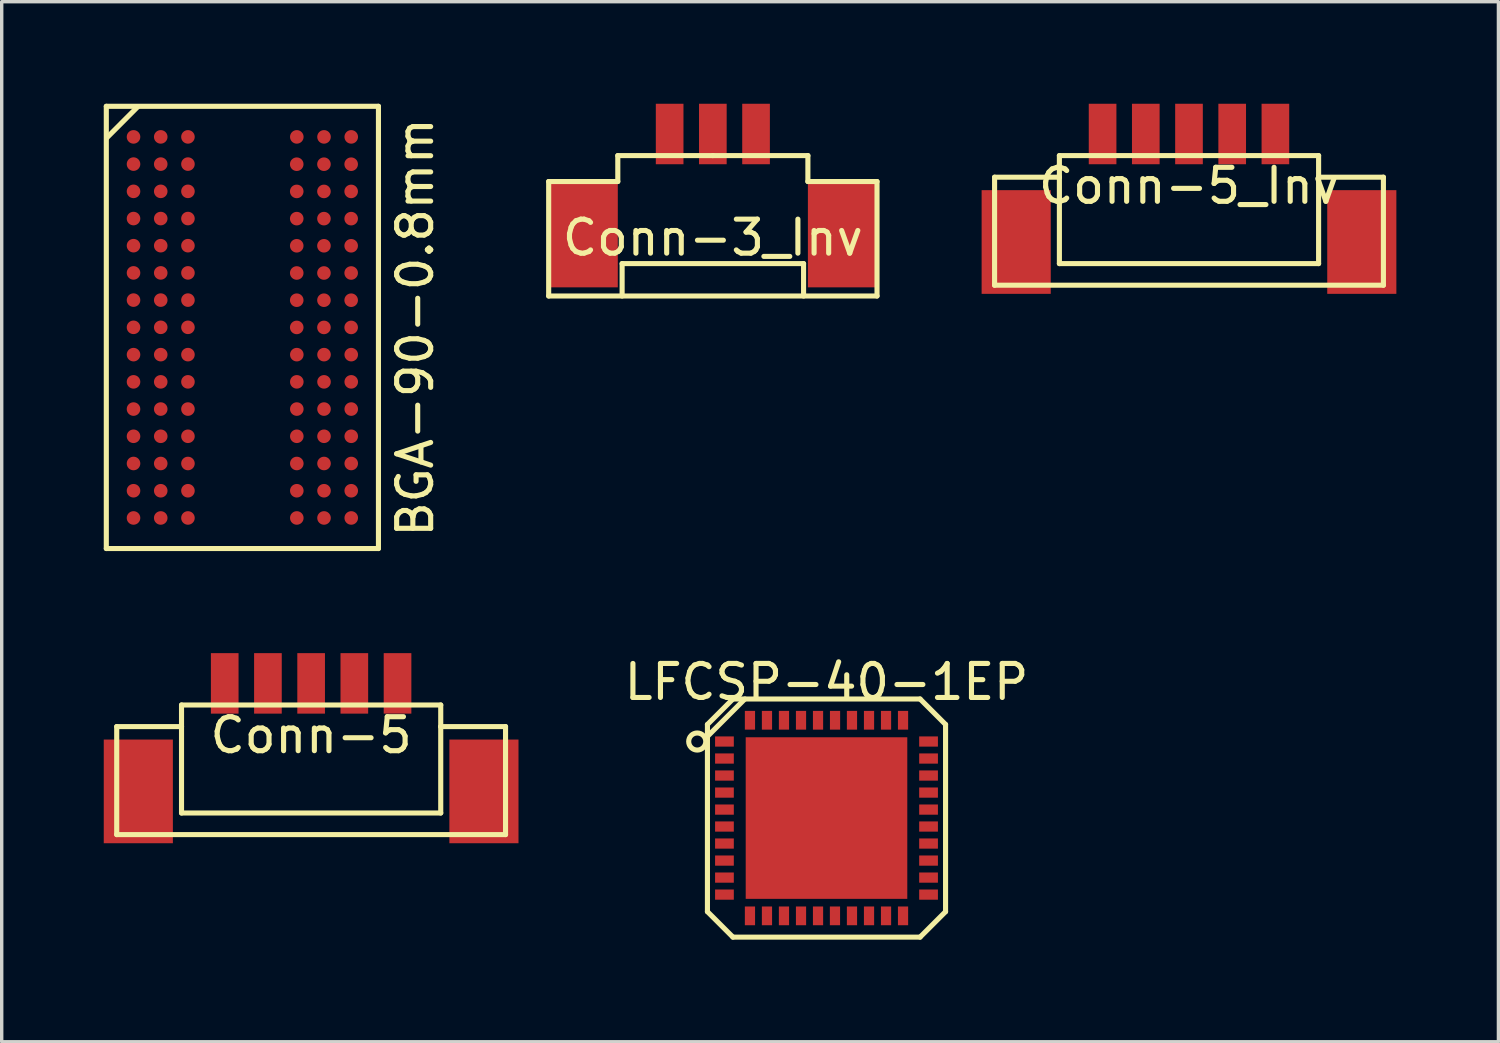
<source format=kicad_pcb>
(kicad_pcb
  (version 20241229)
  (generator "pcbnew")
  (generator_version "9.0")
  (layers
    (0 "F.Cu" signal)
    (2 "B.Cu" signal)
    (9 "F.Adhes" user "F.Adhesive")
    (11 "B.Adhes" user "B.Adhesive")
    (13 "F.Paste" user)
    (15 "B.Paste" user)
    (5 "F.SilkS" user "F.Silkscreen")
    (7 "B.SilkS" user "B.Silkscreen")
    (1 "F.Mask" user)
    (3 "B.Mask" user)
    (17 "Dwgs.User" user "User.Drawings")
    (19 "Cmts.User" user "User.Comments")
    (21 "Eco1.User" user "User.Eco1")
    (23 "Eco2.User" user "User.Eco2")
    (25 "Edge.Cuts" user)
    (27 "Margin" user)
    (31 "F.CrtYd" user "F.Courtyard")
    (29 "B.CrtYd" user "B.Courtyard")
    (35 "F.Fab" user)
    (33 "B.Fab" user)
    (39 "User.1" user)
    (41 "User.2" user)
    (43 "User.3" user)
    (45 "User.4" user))
  (footprint "Conn-5_Inv"
    (layer "F.Cu")
    (at 31.902 0.889)
    (property "Reference" "Conn-5_Inv" (at 0 1.524 0) (layer "F.SilkS") (effects (font (size 1 1) (thickness 0.15))))
    (attr smd)
    (fp_line (start -5.715 1.27) (end -3.81 1.27) (stroke (width 0.15) (type solid)) (layer "F.SilkS"))
    (fp_line (start -5.715 4.445) (end -5.715 1.27) (stroke (width 0.15) (type solid)) (layer "F.SilkS"))
    (fp_line (start -3.81 0.635) (end 3.81 0.635) (stroke (width 0.15) (type solid)) (layer "F.SilkS"))
    (fp_line (start -3.81 1.27) (end -3.81 0.635) (stroke (width 0.15) (type solid)) (layer "F.SilkS"))
    (fp_line (start -3.81 3.81) (end -3.81 1.27) (stroke (width 0.15) (type solid)) (layer "F.SilkS"))
    (fp_line (start 3.81 0.635) (end 3.81 1.27) (stroke (width 0.15) (type solid)) (layer "F.SilkS"))
    (fp_line (start 3.81 1.27) (end 3.81 3.81) (stroke (width 0.15) (type solid)) (layer "F.SilkS"))
    (fp_line (start 3.81 1.27) (end 5.715 1.27) (stroke (width 0.15) (type solid)) (layer "F.SilkS"))
    (fp_line (start 3.81 3.81) (end -3.81 3.81) (stroke (width 0.15) (type solid)) (layer "F.SilkS"))
    (fp_line (start 5.715 4.445) (end -5.715 4.445) (stroke (width 0.15) (type solid)) (layer "F.SilkS"))
    (fp_line (start 5.715 4.445) (end 5.715 1.27) (stroke (width 0.15) (type solid)) (layer "F.SilkS"))
    (pad "" smd rect (at -5.08 3.175) (size 2.032 3.048) (layers "F.Cu" "F.Mask" "F.Paste"))
    (pad "" smd rect (at 5.08 3.175) (size 2.032 3.048) (layers "F.Cu" "F.Mask" "F.Paste"))
    (pad "1" smd rect (at -2.54 0) (size 0.813 1.778) (layers "F.Cu" "F.Mask" "F.Paste"))
    (pad "2" smd rect (at -1.27 0) (size 0.813 1.778) (layers "F.Cu" "F.Mask" "F.Paste"))
    (pad "3" smd rect (at 0 0) (size 0.813 1.778) (layers "F.Cu" "F.Mask" "F.Paste"))
    (pad "4" smd rect (at 1.27 0) (size 0.813 1.778) (layers "F.Cu" "F.Mask" "F.Paste"))
    (pad "5" smd rect (at 2.54 0) (size 0.813 1.778) (layers "F.Cu" "F.Mask" "F.Paste")))
  (footprint "Conn-3_Inv"
    (layer "F.Cu")
    (at 17.905 4.318)
    (property "Reference" "Conn-3_Inv" (at 0 -0.381 0) (layer "F.SilkS") (effects (font (size 1 1) (thickness 0.15))))
    (attr smd)
    (fp_line (start -4.826 -2.032) (end -2.794 -2.032) (stroke (width 0.15) (type solid)) (layer "F.SilkS"))
    (fp_line (start -4.826 1.333) (end -4.826 -2.032) (stroke (width 0.15) (type solid)) (layer "F.SilkS"))
    (fp_line (start -2.794 -2.794) (end 0 -2.794) (stroke (width 0.15) (type solid)) (layer "F.SilkS"))
    (fp_line (start -2.794 -2.032) (end -2.794 -2.794) (stroke (width 0.15) (type solid)) (layer "F.SilkS"))
    (fp_line (start -2.667 0.381) (end -2.667 1.333) (stroke (width 0.15) (type solid)) (layer "F.SilkS"))
    (fp_line (start 0 -2.794) (end 2.794 -2.794) (stroke (width 0.15) (type solid)) (layer "F.SilkS"))
    (fp_line (start 2.667 0.381) (end -2.667 0.381) (stroke (width 0.15) (type solid)) (layer "F.SilkS"))
    (fp_line (start 2.667 1.333) (end 2.667 0.381) (stroke (width 0.15) (type solid)) (layer "F.SilkS"))
    (fp_line (start 2.794 -2.794) (end 2.794 -2.032) (stroke (width 0.15) (type solid)) (layer "F.SilkS"))
    (fp_line (start 2.794 -2.032) (end 4.826 -2.032) (stroke (width 0.15) (type solid)) (layer "F.SilkS"))
    (fp_line (start 4.826 -2.032) (end 4.826 1.333) (stroke (width 0.15) (type solid)) (layer "F.SilkS"))
    (fp_line (start 4.826 1.333) (end -4.826 1.333) (stroke (width 0.15) (type solid)) (layer "F.SilkS"))
    (pad "" smd rect (at -3.81 -0.445) (size 2.032 3.048) (layers "F.Cu" "F.Mask" "F.Paste"))
    (pad "" smd rect (at 3.81 -0.445) (size 2.032 3.048) (layers "F.Cu" "F.Mask" "F.Paste"))
    (pad "1" smd rect (at 1.27 -3.429) (size 0.813 1.778) (layers "F.Cu" "F.Mask" "F.Paste"))
    (pad "2" smd rect (at 0 -3.429) (size 0.813 1.778) (layers "F.Cu" "F.Mask" "F.Paste"))
    (pad "3" smd rect (at -1.27 -3.429) (size 0.813 1.778) (layers "F.Cu" "F.Mask" "F.Paste")))
  (footprint "LFCSP-40-1EP"
    (layer "F.Cu")
    (at 21.246 20.998)
    (property "Reference" "LFCSP-40-1EP" (at 0 -4 0) (layer "F.SilkS") (effects (font (size 1 1) (thickness 0.15))))
    (attr smd)
    (fp_line (start -3.5 -2.751) (end -2.751 -3.5) (stroke (width 0.15) (type solid)) (layer "F.SilkS"))
    (fp_line (start -3.5 -2.4) (end -2.4 -3.5) (stroke (width 0.15) (type solid)) (layer "F.SilkS"))
    (fp_line (start -3.5 2.751) (end -3.5 -2.751) (stroke (width 0.15) (type solid)) (layer "F.SilkS"))
    (fp_line (start -2.751 -3.5) (end 2.751 -3.5) (stroke (width 0.15) (type solid)) (layer "F.SilkS"))
    (fp_line (start -2.751 3.5) (end -3.5 2.751) (stroke (width 0.15) (type solid)) (layer "F.SilkS"))
    (fp_line (start 2.751 -3.5) (end 3.5 -2.751) (stroke (width 0.15) (type solid)) (layer "F.SilkS"))
    (fp_line (start 2.751 3.5) (end -2.751 3.5) (stroke (width 0.15) (type solid)) (layer "F.SilkS"))
    (fp_line (start 2.751 3.5) (end 3.5 2.751) (stroke (width 0.15) (type solid)) (layer "F.SilkS"))
    (fp_line (start 3.5 -2.751) (end 3.5 2.751) (stroke (width 0.15) (type solid)) (layer "F.SilkS"))
    (fp_circle (center -3.8 -2.25) (end -4.051 -2.25) (stroke (width 0.15) (type solid)) (fill no) (layer "F.SilkS"))
    (pad "1" smd rect (at -3 -2.25 270) (size 0.3 0.551) (layers "F.Cu" "F.Mask" "F.Paste"))
    (pad "2" smd rect (at -3 -1.75 270) (size 0.3 0.551) (layers "F.Cu" "F.Mask" "F.Paste"))
    (pad "3" smd rect (at -3 -1.25 270) (size 0.3 0.551) (layers "F.Cu" "F.Mask" "F.Paste"))
    (pad "4" smd rect (at -3 -0.749 270) (size 0.3 0.551) (layers "F.Cu" "F.Mask" "F.Paste"))
    (pad "5" smd rect (at -3 -0.249 270) (size 0.3 0.551) (layers "F.Cu" "F.Mask" "F.Paste"))
    (pad "6" smd rect (at -3 0.249 270) (size 0.3 0.551) (layers "F.Cu" "F.Mask" "F.Paste"))
    (pad "7" smd rect (at -3 0.749 270) (size 0.3 0.551) (layers "F.Cu" "F.Mask" "F.Paste"))
    (pad "8" smd rect (at -3 1.25 270) (size 0.3 0.551) (layers "F.Cu" "F.Mask" "F.Paste"))
    (pad "9" smd rect (at -3 1.75 270) (size 0.3 0.551) (layers "F.Cu" "F.Mask" "F.Paste"))
    (pad "10" smd rect (at -3 2.25 270) (size 0.3 0.551) (layers "F.Cu" "F.Mask" "F.Paste"))
    (pad "11" smd rect (at -2.25 2.875) (size 0.3 0.551) (layers "F.Cu" "F.Mask" "F.Paste"))
    (pad "12" smd rect (at -1.75 2.875) (size 0.3 0.551) (layers "F.Cu" "F.Mask" "F.Paste"))
    (pad "13" smd rect (at -1.25 2.875) (size 0.3 0.551) (layers "F.Cu" "F.Mask" "F.Paste"))
    (pad "14" smd rect (at -0.749 2.875) (size 0.3 0.551) (layers "F.Cu" "F.Mask" "F.Paste"))
    (pad "15" smd rect (at -0.249 2.875) (size 0.3 0.551) (layers "F.Cu" "F.Mask" "F.Paste"))
    (pad "16" smd rect (at 0.249 2.875) (size 0.3 0.551) (layers "F.Cu" "F.Mask" "F.Paste"))
    (pad "17" smd rect (at 0.749 2.875) (size 0.3 0.551) (layers "F.Cu" "F.Mask" "F.Paste"))
    (pad "18" smd rect (at 1.25 2.875) (size 0.3 0.551) (layers "F.Cu" "F.Mask" "F.Paste"))
    (pad "19" smd rect (at 1.75 2.875) (size 0.3 0.551) (layers "F.Cu" "F.Mask" "F.Paste"))
    (pad "20" smd rect (at 2.25 2.875) (size 0.3 0.551) (layers "F.Cu" "F.Mask" "F.Paste"))
    (pad "21" smd rect (at 3 2.25 270) (size 0.3 0.551) (layers "F.Cu" "F.Mask" "F.Paste"))
    (pad "22" smd rect (at 3 1.75 270) (size 0.3 0.551) (layers "F.Cu" "F.Mask" "F.Paste"))
    (pad "23" smd rect (at 3 1.25 270) (size 0.3 0.551) (layers "F.Cu" "F.Mask" "F.Paste"))
    (pad "24" smd rect (at 3 0.749 270) (size 0.3 0.551) (layers "F.Cu" "F.Mask" "F.Paste"))
    (pad "25" smd rect (at 3 0.249 270) (size 0.3 0.551) (layers "F.Cu" "F.Mask" "F.Paste"))
    (pad "26" smd rect (at 3 -0.249 270) (size 0.3 0.551) (layers "F.Cu" "F.Mask" "F.Paste"))
    (pad "27" smd rect (at 3 -0.749 270) (size 0.3 0.551) (layers "F.Cu" "F.Mask" "F.Paste"))
    (pad "28" smd rect (at 3 -1.25 270) (size 0.3 0.551) (layers "F.Cu" "F.Mask" "F.Paste"))
    (pad "29" smd rect (at 3 -1.75 270) (size 0.3 0.551) (layers "F.Cu" "F.Mask" "F.Paste"))
    (pad "30" smd rect (at 3 -2.25 270) (size 0.3 0.551) (layers "F.Cu" "F.Mask" "F.Paste"))
    (pad "31" smd rect (at 2.25 -2.875) (size 0.3 0.551) (layers "F.Cu" "F.Mask" "F.Paste"))
    (pad "32" smd rect (at 1.75 -2.875) (size 0.3 0.551) (layers "F.Cu" "F.Mask" "F.Paste"))
    (pad "33" smd rect (at 1.25 -2.875) (size 0.3 0.551) (layers "F.Cu" "F.Mask" "F.Paste"))
    (pad "34" smd rect (at 0.749 -2.875) (size 0.3 0.551) (layers "F.Cu" "F.Mask" "F.Paste"))
    (pad "35" smd rect (at 0.251 -2.875) (size 0.3 0.551) (layers "F.Cu" "F.Mask" "F.Paste"))
    (pad "36" smd rect (at -0.249 -2.875) (size 0.3 0.551) (layers "F.Cu" "F.Mask" "F.Paste"))
    (pad "37" smd rect (at -0.749 -2.875) (size 0.3 0.551) (layers "F.Cu" "F.Mask" "F.Paste"))
    (pad "38" smd rect (at -1.25 -2.875) (size 0.3 0.551) (layers "F.Cu" "F.Mask" "F.Paste"))
    (pad "39" smd rect (at -1.75 -2.875) (size 0.3 0.551) (layers "F.Cu" "F.Mask" "F.Paste"))
    (pad "40" smd rect (at -2.25 -2.875) (size 0.3 0.551) (layers "F.Cu" "F.Mask" "F.Paste"))
    (pad "41" smd rect (at 0 0) (size 4.75 4.75) (layers "F.Cu" "F.Mask" "F.Paste")))
  (footprint "Conn-5"
    (layer "F.Cu")
    (at 6.096 17.039)
    (property "Reference" "Conn-5" (at 0 1.524 0) (layer "F.SilkS") (effects (font (size 1 1) (thickness 0.15))))
    (attr smd)
    (fp_line (start -5.715 1.27) (end -3.81 1.27) (stroke (width 0.15) (type solid)) (layer "F.SilkS"))
    (fp_line (start -5.715 4.445) (end -5.715 1.27) (stroke (width 0.15) (type solid)) (layer "F.SilkS"))
    (fp_line (start -3.81 0.635) (end 3.81 0.635) (stroke (width 0.15) (type solid)) (layer "F.SilkS"))
    (fp_line (start -3.81 1.27) (end -3.81 0.635) (stroke (width 0.15) (type solid)) (layer "F.SilkS"))
    (fp_line (start -3.81 3.81) (end -3.81 1.27) (stroke (width 0.15) (type solid)) (layer "F.SilkS"))
    (fp_line (start 3.81 0.635) (end 3.81 1.27) (stroke (width 0.15) (type solid)) (layer "F.SilkS"))
    (fp_line (start 3.81 1.27) (end 3.81 3.81) (stroke (width 0.15) (type solid)) (layer "F.SilkS"))
    (fp_line (start 3.81 1.27) (end 5.715 1.27) (stroke (width 0.15) (type solid)) (layer "F.SilkS"))
    (fp_line (start 3.81 3.81) (end -3.81 3.81) (stroke (width 0.15) (type solid)) (layer "F.SilkS"))
    (fp_line (start 5.715 4.445) (end -5.715 4.445) (stroke (width 0.15) (type solid)) (layer "F.SilkS"))
    (fp_line (start 5.715 4.445) (end 5.715 1.27) (stroke (width 0.15) (type solid)) (layer "F.SilkS"))
    (pad "" smd rect (at -5.08 3.175) (size 2.032 3.048) (layers "F.Cu" "F.Mask" "F.Paste"))
    (pad "" smd rect (at 5.08 3.175) (size 2.032 3.048) (layers "F.Cu" "F.Mask" "F.Paste"))
    (pad "1" smd rect (at -2.54 0) (size 0.813 1.778) (layers "F.Cu" "F.Mask" "F.Paste"))
    (pad "2" smd rect (at -1.27 0) (size 0.813 1.778) (layers "F.Cu" "F.Mask" "F.Paste"))
    (pad "3" smd rect (at 0 0) (size 0.813 1.778) (layers "F.Cu" "F.Mask" "F.Paste"))
    (pad "4" smd rect (at 1.27 0) (size 0.813 1.778) (layers "F.Cu" "F.Mask" "F.Paste"))
    (pad "5" smd rect (at 2.54 0) (size 0.813 1.778) (layers "F.Cu" "F.Mask" "F.Paste")))
  (footprint "BGA-90-0.8mm"
    (layer "F.Cu")
    (at 4.075 6.575)
    (property "Reference" "BGA-90-0.8mm" (at 5.08 0 90) (layer "F.SilkS") (effects (font (size 1 1) (thickness 0.15))))
    (attr smd)
    (fp_line (start -4 -6.5) (end 4 -6.5) (stroke (width 0.15) (type solid)) (layer "F.SilkS"))
    (fp_line (start -4 6.5) (end -4 -6.5) (stroke (width 0.15) (type solid)) (layer "F.SilkS"))
    (fp_line (start -3.081 -6.482) (end -3.98 -5.58) (stroke (width 0.15) (type solid)) (layer "F.SilkS"))
    (fp_line (start 4 -6.5) (end 4 6.5) (stroke (width 0.15) (type solid)) (layer "F.SilkS"))
    (fp_line (start 4 6.5) (end -4 6.5) (stroke (width 0.15) (type solid)) (layer "F.SilkS"))
    (pad "A1" smd circle (at -3.2 -5.601) (size 0.399 0.399) (layers "F.Cu" "F.Mask" "F.Paste"))
    (pad "A2" smd circle (at -2.4 -5.601) (size 0.399 0.399) (layers "F.Cu" "F.Mask" "F.Paste"))
    (pad "A3" smd circle (at -1.6 -5.601) (size 0.399 0.399) (layers "F.Cu" "F.Mask" "F.Paste"))
    (pad "A7" smd circle (at 1.6 -5.601) (size 0.399 0.399) (layers "F.Cu" "F.Mask" "F.Paste"))
    (pad "A8" smd circle (at 2.4 -5.601) (size 0.399 0.399) (layers "F.Cu" "F.Mask" "F.Paste"))
    (pad "A9" smd circle (at 3.2 -5.601) (size 0.399 0.399) (layers "F.Cu" "F.Mask" "F.Paste"))
    (pad "B1" smd circle (at -3.2 -4.801) (size 0.399 0.399) (layers "F.Cu" "F.Mask" "F.Paste"))
    (pad "B2" smd circle (at -2.4 -4.801) (size 0.399 0.399) (layers "F.Cu" "F.Mask" "F.Paste"))
    (pad "B3" smd circle (at -1.6 -4.801) (size 0.399 0.399) (layers "F.Cu" "F.Mask" "F.Paste"))
    (pad "B7" smd circle (at 1.598 -4.798) (size 0.399 0.399) (layers "F.Cu" "F.Mask" "F.Paste"))
    (pad "B8" smd circle (at 2.398 -4.798) (size 0.399 0.399) (layers "F.Cu" "F.Mask" "F.Paste"))
    (pad "B9" smd circle (at 3.198 -4.798) (size 0.399 0.399) (layers "F.Cu" "F.Mask" "F.Paste"))
    (pad "C1" smd circle (at -3.2 -4) (size 0.399 0.399) (layers "F.Cu" "F.Mask" "F.Paste"))
    (pad "C2" smd circle (at -2.4 -4) (size 0.399 0.399) (layers "F.Cu" "F.Mask" "F.Paste"))
    (pad "C3" smd circle (at -1.6 -4) (size 0.399 0.399) (layers "F.Cu" "F.Mask" "F.Paste"))
    (pad "C7" smd circle (at 1.598 -3.998) (size 0.399 0.399) (layers "F.Cu" "F.Mask" "F.Paste"))
    (pad "C8" smd circle (at 2.398 -3.998) (size 0.399 0.399) (layers "F.Cu" "F.Mask" "F.Paste"))
    (pad "C9" smd circle (at 3.198 -3.998) (size 0.399 0.399) (layers "F.Cu" "F.Mask" "F.Paste"))
    (pad "D1" smd circle (at -3.2 -3.2) (size 0.399 0.399) (layers "F.Cu" "F.Mask" "F.Paste"))
    (pad "D2" smd circle (at -2.4 -3.2) (size 0.399 0.399) (layers "F.Cu" "F.Mask" "F.Paste"))
    (pad "D3" smd circle (at -1.6 -3.2) (size 0.399 0.399) (layers "F.Cu" "F.Mask" "F.Paste"))
    (pad "D7" smd circle (at 1.598 -3.198) (size 0.399 0.399) (layers "F.Cu" "F.Mask" "F.Paste"))
    (pad "D8" smd circle (at 2.398 -3.198) (size 0.399 0.399) (layers "F.Cu" "F.Mask" "F.Paste"))
    (pad "D9" smd circle (at 3.198 -3.198) (size 0.399 0.399) (layers "F.Cu" "F.Mask" "F.Paste"))
    (pad "E1" smd circle (at -3.2 -2.403) (size 0.399 0.399) (layers "F.Cu" "F.Mask" "F.Paste"))
    (pad "E2" smd circle (at -2.4 -2.403) (size 0.399 0.399) (layers "F.Cu" "F.Mask" "F.Paste"))
    (pad "E3" smd circle (at -1.6 -2.403) (size 0.399 0.399) (layers "F.Cu" "F.Mask" "F.Paste"))
    (pad "E7" smd circle (at 1.598 -2.4) (size 0.399 0.399) (layers "F.Cu" "F.Mask" "F.Paste"))
    (pad "E8" smd circle (at 2.398 -2.4) (size 0.399 0.399) (layers "F.Cu" "F.Mask" "F.Paste"))
    (pad "E9" smd circle (at 3.198 -2.4) (size 0.399 0.399) (layers "F.Cu" "F.Mask" "F.Paste"))
    (pad "F1" smd circle (at -3.2 -1.603) (size 0.399 0.399) (layers "F.Cu" "F.Mask" "F.Paste"))
    (pad "F2" smd circle (at -2.4 -1.603) (size 0.399 0.399) (layers "F.Cu" "F.Mask" "F.Paste"))
    (pad "F3" smd circle (at -1.6 -1.603) (size 0.399 0.399) (layers "F.Cu" "F.Mask" "F.Paste"))
    (pad "F7" smd circle (at 1.598 -1.6) (size 0.399 0.399) (layers "F.Cu" "F.Mask" "F.Paste"))
    (pad "F8" smd circle (at 2.398 -1.6) (size 0.399 0.399) (layers "F.Cu" "F.Mask" "F.Paste"))
    (pad "F9" smd circle (at 3.198 -1.6) (size 0.399 0.399) (layers "F.Cu" "F.Mask" "F.Paste"))
    (pad "G1" smd circle (at -3.2 -0.803) (size 0.399 0.399) (layers "F.Cu" "F.Mask" "F.Paste"))
    (pad "G2" smd circle (at -2.4 -0.803) (size 0.399 0.399) (layers "F.Cu" "F.Mask" "F.Paste"))
    (pad "G3" smd circle (at -1.6 -0.803) (size 0.399 0.399) (layers "F.Cu" "F.Mask" "F.Paste"))
    (pad "G7" smd circle (at 1.598 -0.8) (size 0.399 0.399) (layers "F.Cu" "F.Mask" "F.Paste"))
    (pad "G8" smd circle (at 2.398 -0.8) (size 0.399 0.399) (layers "F.Cu" "F.Mask" "F.Paste"))
    (pad "G9" smd circle (at 3.198 -0.8) (size 0.399 0.399) (layers "F.Cu" "F.Mask" "F.Paste"))
    (pad "H1" smd circle (at -3.2 -0.003) (size 0.399 0.399) (layers "F.Cu" "F.Mask" "F.Paste"))
    (pad "H2" smd circle (at -2.4 -0.003) (size 0.399 0.399) (layers "F.Cu" "F.Mask" "F.Paste"))
    (pad "H3" smd circle (at -1.6 -0.003) (size 0.399 0.399) (layers "F.Cu" "F.Mask" "F.Paste"))
    (pad "H7" smd circle (at 1.598 0) (size 0.399 0.399) (layers "F.Cu" "F.Mask" "F.Paste"))
    (pad "H8" smd circle (at 2.398 0) (size 0.399 0.399) (layers "F.Cu" "F.Mask" "F.Paste"))
    (pad "H9" smd circle (at 3.198 0) (size 0.399 0.399) (layers "F.Cu" "F.Mask" "F.Paste"))
    (pad "J1" smd circle (at -3.2 0.8) (size 0.399 0.399) (layers "F.Cu" "F.Mask" "F.Paste"))
    (pad "J2" smd circle (at -2.4 0.8) (size 0.399 0.399) (layers "F.Cu" "F.Mask" "F.Paste"))
    (pad "J3" smd circle (at -1.6 0.8) (size 0.399 0.399) (layers "F.Cu" "F.Mask" "F.Paste"))
    (pad "J7" smd circle (at 1.6 0.8) (size 0.399 0.399) (layers "F.Cu" "F.Mask" "F.Paste"))
    (pad "J8" smd circle (at 2.4 0.8) (size 0.399 0.399) (layers "F.Cu" "F.Mask" "F.Paste"))
    (pad "J9" smd circle (at 3.2 0.8) (size 0.399 0.399) (layers "F.Cu" "F.Mask" "F.Paste"))
    (pad "K1" smd circle (at -3.2 1.6) (size 0.399 0.399) (layers "F.Cu" "F.Mask" "F.Paste"))
    (pad "K2" smd circle (at -2.4 1.6) (size 0.399 0.399) (layers "F.Cu" "F.Mask" "F.Paste"))
    (pad "K3" smd circle (at -1.6 1.6) (size 0.399 0.399) (layers "F.Cu" "F.Mask" "F.Paste"))
    (pad "K7" smd circle (at 1.6 1.6) (size 0.399 0.399) (layers "F.Cu" "F.Mask" "F.Paste"))
    (pad "K8" smd circle (at 2.4 1.6) (size 0.399 0.399) (layers "F.Cu" "F.Mask" "F.Paste"))
    (pad "K9" smd circle (at 3.2 1.6) (size 0.399 0.399) (layers "F.Cu" "F.Mask" "F.Paste"))
    (pad "L1" smd circle (at -3.2 2.4) (size 0.399 0.399) (layers "F.Cu" "F.Mask" "F.Paste"))
    (pad "L2" smd circle (at -2.4 2.4) (size 0.399 0.399) (layers "F.Cu" "F.Mask" "F.Paste"))
    (pad "L3" smd circle (at -1.6 2.4) (size 0.399 0.399) (layers "F.Cu" "F.Mask" "F.Paste"))
    (pad "L7" smd circle (at 1.6 2.4) (size 0.399 0.399) (layers "F.Cu" "F.Mask" "F.Paste"))
    (pad "L8" smd circle (at 2.4 2.4) (size 0.399 0.399) (layers "F.Cu" "F.Mask" "F.Paste"))
    (pad "L9" smd circle (at 3.2 2.4) (size 0.399 0.399) (layers "F.Cu" "F.Mask" "F.Paste"))
    (pad "M1" smd circle (at -3.2 3.2) (size 0.399 0.399) (layers "F.Cu" "F.Mask" "F.Paste"))
    (pad "M2" smd circle (at -2.4 3.2) (size 0.399 0.399) (layers "F.Cu" "F.Mask" "F.Paste"))
    (pad "M3" smd circle (at -1.6 3.2) (size 0.399 0.399) (layers "F.Cu" "F.Mask" "F.Paste"))
    (pad "M7" smd circle (at 1.6 3.2) (size 0.399 0.399) (layers "F.Cu" "F.Mask" "F.Paste"))
    (pad "M8" smd circle (at 2.4 3.2) (size 0.399 0.399) (layers "F.Cu" "F.Mask" "F.Paste"))
    (pad "M9" smd circle (at 3.2 3.2) (size 0.399 0.399) (layers "F.Cu" "F.Mask" "F.Paste"))
    (pad "N1" smd circle (at -3.2 4) (size 0.399 0.399) (layers "F.Cu" "F.Mask" "F.Paste"))
    (pad "N2" smd circle (at -2.4 4) (size 0.399 0.399) (layers "F.Cu" "F.Mask" "F.Paste"))
    (pad "N3" smd circle (at -1.6 4) (size 0.399 0.399) (layers "F.Cu" "F.Mask" "F.Paste"))
    (pad "N7" smd circle (at 1.6 4) (size 0.399 0.399) (layers "F.Cu" "F.Mask" "F.Paste"))
    (pad "N8" smd circle (at 2.4 4) (size 0.399 0.399) (layers "F.Cu" "F.Mask" "F.Paste"))
    (pad "N9" smd circle (at 3.2 4) (size 0.399 0.399) (layers "F.Cu" "F.Mask" "F.Paste"))
    (pad "P1" smd circle (at -3.2 4.801) (size 0.399 0.399) (layers "F.Cu" "F.Mask" "F.Paste"))
    (pad "P2" smd circle (at -2.4 4.801) (size 0.399 0.399) (layers "F.Cu" "F.Mask" "F.Paste"))
    (pad "P3" smd circle (at -1.6 4.801) (size 0.399 0.399) (layers "F.Cu" "F.Mask" "F.Paste"))
    (pad "P7" smd circle (at 1.6 4.801) (size 0.399 0.399) (layers "F.Cu" "F.Mask" "F.Paste"))
    (pad "P8" smd circle (at 2.4 4.801) (size 0.399 0.399) (layers "F.Cu" "F.Mask" "F.Paste"))
    (pad "P9" smd circle (at 3.2 4.801) (size 0.399 0.399) (layers "F.Cu" "F.Mask" "F.Paste"))
    (pad "R1" smd circle (at -3.2 5.601) (size 0.399 0.399) (layers "F.Cu" "F.Mask" "F.Paste"))
    (pad "R2" smd circle (at -2.4 5.601) (size 0.399 0.399) (layers "F.Cu" "F.Mask" "F.Paste"))
    (pad "R3" smd circle (at -1.6 5.601) (size 0.399 0.399) (layers "F.Cu" "F.Mask" "F.Paste"))
    (pad "R7" smd circle (at 1.6 5.601) (size 0.399 0.399) (layers "F.Cu" "F.Mask" "F.Paste"))
    (pad "R8" smd circle (at 2.4 5.601) (size 0.399 0.399) (layers "F.Cu" "F.Mask" "F.Paste"))
    (pad "R9" smd circle (at 3.2 5.601) (size 0.399 0.399) (layers "F.Cu" "F.Mask" "F.Paste")))
  (gr_rect
    (start -3 -3)
    (end 40.998 27.574)
    (stroke (width 0.1) (type default))
    (fill no)
    (layer "Edge.Cuts")))
</source>
